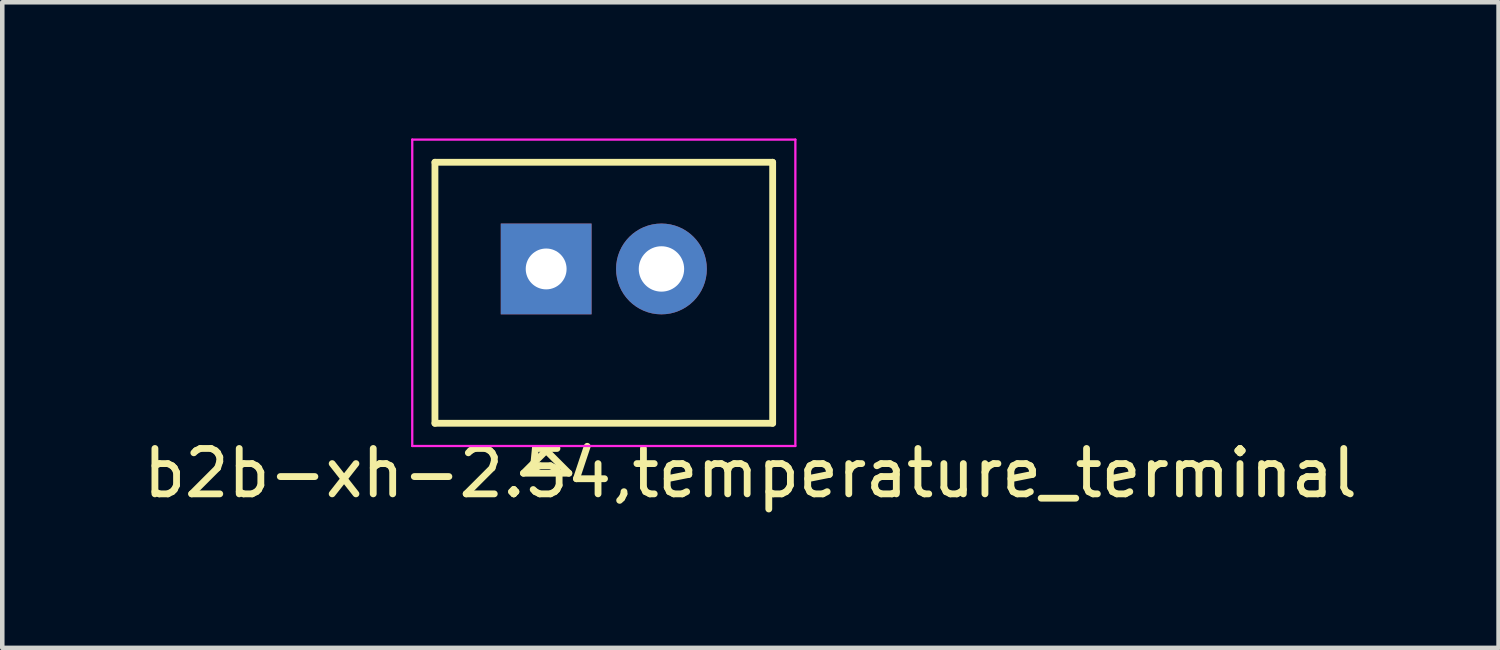
<source format=kicad_pcb>
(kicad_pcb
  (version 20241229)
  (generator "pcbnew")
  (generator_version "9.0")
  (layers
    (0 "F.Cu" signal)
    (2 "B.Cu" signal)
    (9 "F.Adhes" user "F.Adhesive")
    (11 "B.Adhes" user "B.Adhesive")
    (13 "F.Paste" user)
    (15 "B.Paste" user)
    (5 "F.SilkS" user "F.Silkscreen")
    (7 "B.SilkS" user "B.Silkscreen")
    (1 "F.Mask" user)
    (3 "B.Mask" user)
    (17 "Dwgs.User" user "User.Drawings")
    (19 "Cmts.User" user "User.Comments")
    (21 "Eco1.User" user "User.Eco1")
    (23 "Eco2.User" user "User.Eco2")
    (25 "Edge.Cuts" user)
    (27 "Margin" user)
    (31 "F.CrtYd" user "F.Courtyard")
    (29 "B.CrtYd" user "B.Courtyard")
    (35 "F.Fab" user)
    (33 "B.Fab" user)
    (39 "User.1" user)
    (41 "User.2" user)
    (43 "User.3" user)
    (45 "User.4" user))
  (footprint "b2b-xh-2.54,temperature_terminal"
    (layer "F.Cu")
    (at 8.982 2.875)
    (property "Reference" "b2b-xh-2.54,temperature_terminal" (at 4.5 4.5 0) (layer "F.SilkS") (effects (font (size 1 1) (thickness 0.15))))
    (attr through_hole)
    (fp_line (start -2.45 -2.35) (end -2.45 3.4) (stroke (width 0.15) (type solid)) (layer "F.SilkS"))
    (fp_line (start -2.45 -2.35) (end 4.99 -2.35) (stroke (width 0.15) (type solid)) (layer "F.SilkS"))
    (fp_line (start -2.45 3.4) (end 4.99 3.4) (stroke (width 0.15) (type solid)) (layer "F.SilkS"))
    (fp_line (start -0.5 4.5) (end 0.5 4.5) (stroke (width 0.15) (type solid)) (layer "F.SilkS"))
    (fp_line (start 0 4) (end -0.5 4.5) (stroke (width 0.15) (type solid)) (layer "F.SilkS"))
    (fp_line (start 0 4) (end 0.5 4.5) (stroke (width 0.15) (type solid)) (layer "F.SilkS"))
    (fp_line (start 4.99 -2.35) (end 4.99 3.4) (stroke (width 0.15) (type solid)) (layer "F.SilkS"))
    (fp_line (start -2.95 -2.85) (end -2.95 3.9) (stroke (width 0.05) (type solid)) (layer "F.CrtYd"))
    (fp_line (start -2.95 -2.85) (end 5.49 -2.85) (stroke (width 0.05) (type solid)) (layer "F.CrtYd"))
    (fp_line (start -2.95 3.9) (end 5.49 3.9) (stroke (width 0.05) (type solid)) (layer "F.CrtYd"))
    (fp_line (start 5.49 -2.85) (end 5.49 3.9) (stroke (width 0.05) (type solid)) (layer "F.CrtYd"))
    (pad "1" thru_hole rect (at 0 0) (size 2 2) (drill 0.9) (layers "*.Cu" "*.Mask"))
    (pad "2" thru_hole circle (at 2.54 0) (size 2 2) (drill 1) (layers "*.Cu" "*.Mask")))
  (gr_rect
    (start -3 -3)
    (end 29.964 11.223)
    (stroke (width 0.1) (type default))
    (fill no)
    (layer "Edge.Cuts")))
</source>
